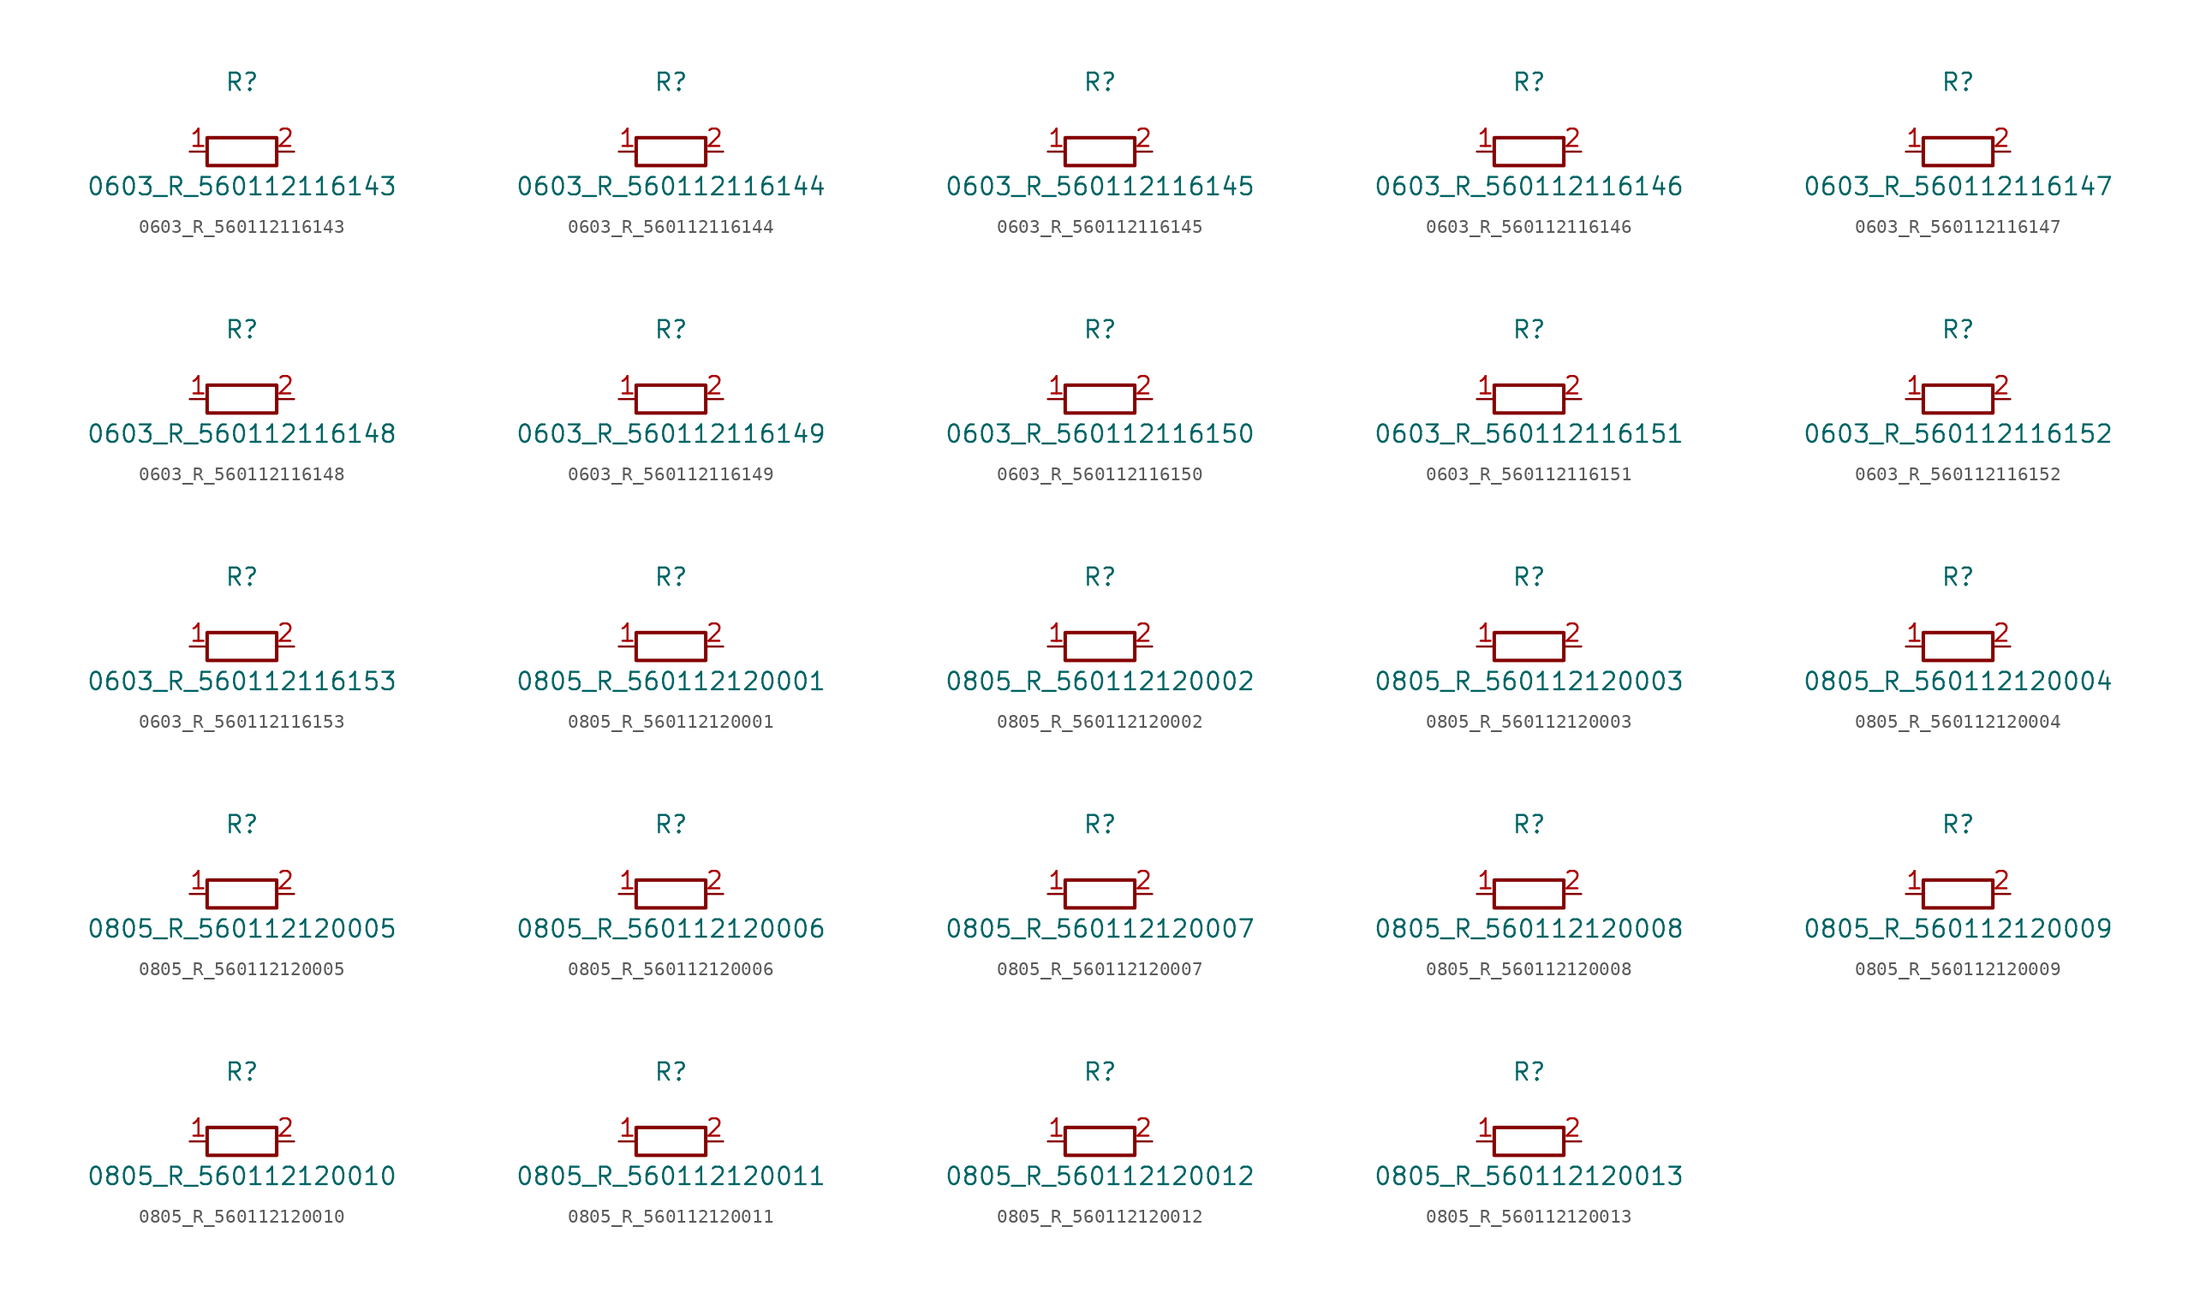
<source format=kicad_sym>
(kicad_symbol_lib
  (version 20220914)
  (generator kicad_symbol_editor)
  (symbol "0603_R_560112116143"
    (pin_names hide)
    (property "Reference" "R"
      (at 0 5.08 0)
      (effects (font (size 1.27 1.27))))
    (property "Value" "0603_R_560112116143"
      (at 0 -2.54 0)
      (effects (font (size 1.27 1.27))))
    (symbol "0603_R_560112116143_0_1"
      (rectangle (start -2.54 -1.016) (end 2.54 1.016) (stroke (width 0.254) (type default)) (fill (type none))))
    (symbol "0603_R_560112116143_1_1"
      (pin passive line (at -3.81 0 0) (length 1.27) (name "~" (effects (font (size 1.27 1.27)))) (number "1" (effects (font (size 1.27 1.27)))))
      (pin passive line (at 3.81 0 180) (length 1.27) (name "~" (effects (font (size 1.27 1.27)))) (number "2" (effects (font (size 1.27 1.27)))))))
  (symbol "0603_R_560112116144"
    (pin_names hide)
    (property "Reference" "R"
      (at 0 5.08 0)
      (effects (font (size 1.27 1.27))))
    (property "Value" "0603_R_560112116144"
      (at 0 -2.54 0)
      (effects (font (size 1.27 1.27))))
    (symbol "0603_R_560112116144_0_1"
      (rectangle (start -2.54 -1.016) (end 2.54 1.016) (stroke (width 0.254) (type default)) (fill (type none))))
    (symbol "0603_R_560112116144_1_1"
      (pin passive line (at -3.81 0 0) (length 1.27) (name "~" (effects (font (size 1.27 1.27)))) (number "1" (effects (font (size 1.27 1.27)))))
      (pin passive line (at 3.81 0 180) (length 1.27) (name "~" (effects (font (size 1.27 1.27)))) (number "2" (effects (font (size 1.27 1.27)))))))
  (symbol "0603_R_560112116145"
    (pin_names hide)
    (property "Reference" "R"
      (at 0 5.08 0)
      (effects (font (size 1.27 1.27))))
    (property "Value" "0603_R_560112116145"
      (at 0 -2.54 0)
      (effects (font (size 1.27 1.27))))
    (symbol "0603_R_560112116145_0_1"
      (rectangle (start -2.54 -1.016) (end 2.54 1.016) (stroke (width 0.254) (type default)) (fill (type none))))
    (symbol "0603_R_560112116145_1_1"
      (pin passive line (at -3.81 0 0) (length 1.27) (name "~" (effects (font (size 1.27 1.27)))) (number "1" (effects (font (size 1.27 1.27)))))
      (pin passive line (at 3.81 0 180) (length 1.27) (name "~" (effects (font (size 1.27 1.27)))) (number "2" (effects (font (size 1.27 1.27)))))))
  (symbol "0603_R_560112116146"
    (pin_names hide)
    (property "Reference" "R"
      (at 0 5.08 0)
      (effects (font (size 1.27 1.27))))
    (property "Value" "0603_R_560112116146"
      (at 0 -2.54 0)
      (effects (font (size 1.27 1.27))))
    (symbol "0603_R_560112116146_0_1"
      (rectangle (start -2.54 -1.016) (end 2.54 1.016) (stroke (width 0.254) (type default)) (fill (type none))))
    (symbol "0603_R_560112116146_1_1"
      (pin passive line (at -3.81 0 0) (length 1.27) (name "~" (effects (font (size 1.27 1.27)))) (number "1" (effects (font (size 1.27 1.27)))))
      (pin passive line (at 3.81 0 180) (length 1.27) (name "~" (effects (font (size 1.27 1.27)))) (number "2" (effects (font (size 1.27 1.27)))))))
  (symbol "0603_R_560112116147"
    (pin_names hide)
    (property "Reference" "R"
      (at 0 5.08 0)
      (effects (font (size 1.27 1.27))))
    (property "Value" "0603_R_560112116147"
      (at 0 -2.54 0)
      (effects (font (size 1.27 1.27))))
    (symbol "0603_R_560112116147_0_1"
      (rectangle (start -2.54 -1.016) (end 2.54 1.016) (stroke (width 0.254) (type default)) (fill (type none))))
    (symbol "0603_R_560112116147_1_1"
      (pin passive line (at -3.81 0 0) (length 1.27) (name "~" (effects (font (size 1.27 1.27)))) (number "1" (effects (font (size 1.27 1.27)))))
      (pin passive line (at 3.81 0 180) (length 1.27) (name "~" (effects (font (size 1.27 1.27)))) (number "2" (effects (font (size 1.27 1.27)))))))
  (symbol "0603_R_560112116148"
    (pin_names hide)
    (property "Reference" "R"
      (at 0 5.08 0)
      (effects (font (size 1.27 1.27))))
    (property "Value" "0603_R_560112116148"
      (at 0 -2.54 0)
      (effects (font (size 1.27 1.27))))
    (symbol "0603_R_560112116148_0_1"
      (rectangle (start -2.54 -1.016) (end 2.54 1.016) (stroke (width 0.254) (type default)) (fill (type none))))
    (symbol "0603_R_560112116148_1_1"
      (pin passive line (at -3.81 0 0) (length 1.27) (name "~" (effects (font (size 1.27 1.27)))) (number "1" (effects (font (size 1.27 1.27)))))
      (pin passive line (at 3.81 0 180) (length 1.27) (name "~" (effects (font (size 1.27 1.27)))) (number "2" (effects (font (size 1.27 1.27)))))))
  (symbol "0603_R_560112116149"
    (pin_names hide)
    (property "Reference" "R"
      (at 0 5.08 0)
      (effects (font (size 1.27 1.27))))
    (property "Value" "0603_R_560112116149"
      (at 0 -2.54 0)
      (effects (font (size 1.27 1.27))))
    (symbol "0603_R_560112116149_0_1"
      (rectangle (start -2.54 -1.016) (end 2.54 1.016) (stroke (width 0.254) (type default)) (fill (type none))))
    (symbol "0603_R_560112116149_1_1"
      (pin passive line (at -3.81 0 0) (length 1.27) (name "~" (effects (font (size 1.27 1.27)))) (number "1" (effects (font (size 1.27 1.27)))))
      (pin passive line (at 3.81 0 180) (length 1.27) (name "~" (effects (font (size 1.27 1.27)))) (number "2" (effects (font (size 1.27 1.27)))))))
  (symbol "0603_R_560112116150"
    (pin_names hide)
    (property "Reference" "R"
      (at 0 5.08 0)
      (effects (font (size 1.27 1.27))))
    (property "Value" "0603_R_560112116150"
      (at 0 -2.54 0)
      (effects (font (size 1.27 1.27))))
    (symbol "0603_R_560112116150_0_1"
      (rectangle (start -2.54 -1.016) (end 2.54 1.016) (stroke (width 0.254) (type default)) (fill (type none))))
    (symbol "0603_R_560112116150_1_1"
      (pin passive line (at -3.81 0 0) (length 1.27) (name "~" (effects (font (size 1.27 1.27)))) (number "1" (effects (font (size 1.27 1.27)))))
      (pin passive line (at 3.81 0 180) (length 1.27) (name "~" (effects (font (size 1.27 1.27)))) (number "2" (effects (font (size 1.27 1.27)))))))
  (symbol "0603_R_560112116151"
    (pin_names hide)
    (property "Reference" "R"
      (at 0 5.08 0)
      (effects (font (size 1.27 1.27))))
    (property "Value" "0603_R_560112116151"
      (at 0 -2.54 0)
      (effects (font (size 1.27 1.27))))
    (symbol "0603_R_560112116151_0_1"
      (rectangle (start -2.54 -1.016) (end 2.54 1.016) (stroke (width 0.254) (type default)) (fill (type none))))
    (symbol "0603_R_560112116151_1_1"
      (pin passive line (at -3.81 0 0) (length 1.27) (name "~" (effects (font (size 1.27 1.27)))) (number "1" (effects (font (size 1.27 1.27)))))
      (pin passive line (at 3.81 0 180) (length 1.27) (name "~" (effects (font (size 1.27 1.27)))) (number "2" (effects (font (size 1.27 1.27)))))))
  (symbol "0603_R_560112116152"
    (pin_names hide)
    (property "Reference" "R"
      (at 0 5.08 0)
      (effects (font (size 1.27 1.27))))
    (property "Value" "0603_R_560112116152"
      (at 0 -2.54 0)
      (effects (font (size 1.27 1.27))))
    (symbol "0603_R_560112116152_0_1"
      (rectangle (start -2.54 -1.016) (end 2.54 1.016) (stroke (width 0.254) (type default)) (fill (type none))))
    (symbol "0603_R_560112116152_1_1"
      (pin passive line (at -3.81 0 0) (length 1.27) (name "~" (effects (font (size 1.27 1.27)))) (number "1" (effects (font (size 1.27 1.27)))))
      (pin passive line (at 3.81 0 180) (length 1.27) (name "~" (effects (font (size 1.27 1.27)))) (number "2" (effects (font (size 1.27 1.27)))))))
  (symbol "0603_R_560112116153"
    (pin_names hide)
    (property "Reference" "R"
      (at 0 5.08 0)
      (effects (font (size 1.27 1.27))))
    (property "Value" "0603_R_560112116153"
      (at 0 -2.54 0)
      (effects (font (size 1.27 1.27))))
    (symbol "0603_R_560112116153_0_1"
      (rectangle (start -2.54 -1.016) (end 2.54 1.016) (stroke (width 0.254) (type default)) (fill (type none))))
    (symbol "0603_R_560112116153_1_1"
      (pin passive line (at -3.81 0 0) (length 1.27) (name "~" (effects (font (size 1.27 1.27)))) (number "1" (effects (font (size 1.27 1.27)))))
      (pin passive line (at 3.81 0 180) (length 1.27) (name "~" (effects (font (size 1.27 1.27)))) (number "2" (effects (font (size 1.27 1.27)))))))
  (symbol "0805_R_560112120001"
    (pin_names hide)
    (property "Reference" "R"
      (at 0 5.08 0)
      (effects (font (size 1.27 1.27))))
    (property "Value" "0805_R_560112120001"
      (at 0 -2.54 0)
      (effects (font (size 1.27 1.27))))
    (symbol "0805_R_560112120001_0_1"
      (rectangle (start -2.54 -1.016) (end 2.54 1.016) (stroke (width 0.254) (type default)) (fill (type none))))
    (symbol "0805_R_560112120001_1_1"
      (pin passive line (at -3.81 0 0) (length 1.27) (name "~" (effects (font (size 1.27 1.27)))) (number "1" (effects (font (size 1.27 1.27)))))
      (pin passive line (at 3.81 0 180) (length 1.27) (name "~" (effects (font (size 1.27 1.27)))) (number "2" (effects (font (size 1.27 1.27)))))))
  (symbol "0805_R_560112120002"
    (pin_names hide)
    (property "Reference" "R"
      (at 0 5.08 0)
      (effects (font (size 1.27 1.27))))
    (property "Value" "0805_R_560112120002"
      (at 0 -2.54 0)
      (effects (font (size 1.27 1.27))))
    (symbol "0805_R_560112120002_0_1"
      (rectangle (start -2.54 -1.016) (end 2.54 1.016) (stroke (width 0.254) (type default)) (fill (type none))))
    (symbol "0805_R_560112120002_1_1"
      (pin passive line (at -3.81 0 0) (length 1.27) (name "~" (effects (font (size 1.27 1.27)))) (number "1" (effects (font (size 1.27 1.27)))))
      (pin passive line (at 3.81 0 180) (length 1.27) (name "~" (effects (font (size 1.27 1.27)))) (number "2" (effects (font (size 1.27 1.27)))))))
  (symbol "0805_R_560112120003"
    (pin_names hide)
    (property "Reference" "R"
      (at 0 5.08 0)
      (effects (font (size 1.27 1.27))))
    (property "Value" "0805_R_560112120003"
      (at 0 -2.54 0)
      (effects (font (size 1.27 1.27))))
    (symbol "0805_R_560112120003_0_1"
      (rectangle (start -2.54 -1.016) (end 2.54 1.016) (stroke (width 0.254) (type default)) (fill (type none))))
    (symbol "0805_R_560112120003_1_1"
      (pin passive line (at -3.81 0 0) (length 1.27) (name "~" (effects (font (size 1.27 1.27)))) (number "1" (effects (font (size 1.27 1.27)))))
      (pin passive line (at 3.81 0 180) (length 1.27) (name "~" (effects (font (size 1.27 1.27)))) (number "2" (effects (font (size 1.27 1.27)))))))
  (symbol "0805_R_560112120004"
    (pin_names hide)
    (property "Reference" "R"
      (at 0 5.08 0)
      (effects (font (size 1.27 1.27))))
    (property "Value" "0805_R_560112120004"
      (at 0 -2.54 0)
      (effects (font (size 1.27 1.27))))
    (symbol "0805_R_560112120004_0_1"
      (rectangle (start -2.54 -1.016) (end 2.54 1.016) (stroke (width 0.254) (type default)) (fill (type none))))
    (symbol "0805_R_560112120004_1_1"
      (pin passive line (at -3.81 0 0) (length 1.27) (name "~" (effects (font (size 1.27 1.27)))) (number "1" (effects (font (size 1.27 1.27)))))
      (pin passive line (at 3.81 0 180) (length 1.27) (name "~" (effects (font (size 1.27 1.27)))) (number "2" (effects (font (size 1.27 1.27)))))))
  (symbol "0805_R_560112120005"
    (pin_names hide)
    (property "Reference" "R"
      (at 0 5.08 0)
      (effects (font (size 1.27 1.27))))
    (property "Value" "0805_R_560112120005"
      (at 0 -2.54 0)
      (effects (font (size 1.27 1.27))))
    (symbol "0805_R_560112120005_0_1"
      (rectangle (start -2.54 -1.016) (end 2.54 1.016) (stroke (width 0.254) (type default)) (fill (type none))))
    (symbol "0805_R_560112120005_1_1"
      (pin passive line (at -3.81 0 0) (length 1.27) (name "~" (effects (font (size 1.27 1.27)))) (number "1" (effects (font (size 1.27 1.27)))))
      (pin passive line (at 3.81 0 180) (length 1.27) (name "~" (effects (font (size 1.27 1.27)))) (number "2" (effects (font (size 1.27 1.27)))))))
  (symbol "0805_R_560112120006"
    (pin_names hide)
    (property "Reference" "R"
      (at 0 5.08 0)
      (effects (font (size 1.27 1.27))))
    (property "Value" "0805_R_560112120006"
      (at 0 -2.54 0)
      (effects (font (size 1.27 1.27))))
    (symbol "0805_R_560112120006_0_1"
      (rectangle (start -2.54 -1.016) (end 2.54 1.016) (stroke (width 0.254) (type default)) (fill (type none))))
    (symbol "0805_R_560112120006_1_1"
      (pin passive line (at -3.81 0 0) (length 1.27) (name "~" (effects (font (size 1.27 1.27)))) (number "1" (effects (font (size 1.27 1.27)))))
      (pin passive line (at 3.81 0 180) (length 1.27) (name "~" (effects (font (size 1.27 1.27)))) (number "2" (effects (font (size 1.27 1.27)))))))
  (symbol "0805_R_560112120007"
    (pin_names hide)
    (property "Reference" "R"
      (at 0 5.08 0)
      (effects (font (size 1.27 1.27))))
    (property "Value" "0805_R_560112120007"
      (at 0 -2.54 0)
      (effects (font (size 1.27 1.27))))
    (symbol "0805_R_560112120007_0_1"
      (rectangle (start -2.54 -1.016) (end 2.54 1.016) (stroke (width 0.254) (type default)) (fill (type none))))
    (symbol "0805_R_560112120007_1_1"
      (pin passive line (at -3.81 0 0) (length 1.27) (name "~" (effects (font (size 1.27 1.27)))) (number "1" (effects (font (size 1.27 1.27)))))
      (pin passive line (at 3.81 0 180) (length 1.27) (name "~" (effects (font (size 1.27 1.27)))) (number "2" (effects (font (size 1.27 1.27)))))))
  (symbol "0805_R_560112120008"
    (pin_names hide)
    (property "Reference" "R"
      (at 0 5.08 0)
      (effects (font (size 1.27 1.27))))
    (property "Value" "0805_R_560112120008"
      (at 0 -2.54 0)
      (effects (font (size 1.27 1.27))))
    (symbol "0805_R_560112120008_0_1"
      (rectangle (start -2.54 -1.016) (end 2.54 1.016) (stroke (width 0.254) (type default)) (fill (type none))))
    (symbol "0805_R_560112120008_1_1"
      (pin passive line (at -3.81 0 0) (length 1.27) (name "~" (effects (font (size 1.27 1.27)))) (number "1" (effects (font (size 1.27 1.27)))))
      (pin passive line (at 3.81 0 180) (length 1.27) (name "~" (effects (font (size 1.27 1.27)))) (number "2" (effects (font (size 1.27 1.27)))))))
  (symbol "0805_R_560112120009"
    (pin_names hide)
    (property "Reference" "R"
      (at 0 5.08 0)
      (effects (font (size 1.27 1.27))))
    (property "Value" "0805_R_560112120009"
      (at 0 -2.54 0)
      (effects (font (size 1.27 1.27))))
    (symbol "0805_R_560112120009_0_1"
      (rectangle (start -2.54 -1.016) (end 2.54 1.016) (stroke (width 0.254) (type default)) (fill (type none))))
    (symbol "0805_R_560112120009_1_1"
      (pin passive line (at -3.81 0 0) (length 1.27) (name "~" (effects (font (size 1.27 1.27)))) (number "1" (effects (font (size 1.27 1.27)))))
      (pin passive line (at 3.81 0 180) (length 1.27) (name "~" (effects (font (size 1.27 1.27)))) (number "2" (effects (font (size 1.27 1.27)))))))
  (symbol "0805_R_560112120010"
    (pin_names hide)
    (property "Reference" "R"
      (at 0 5.08 0)
      (effects (font (size 1.27 1.27))))
    (property "Value" "0805_R_560112120010"
      (at 0 -2.54 0)
      (effects (font (size 1.27 1.27))))
    (symbol "0805_R_560112120010_0_1"
      (rectangle (start -2.54 -1.016) (end 2.54 1.016) (stroke (width 0.254) (type default)) (fill (type none))))
    (symbol "0805_R_560112120010_1_1"
      (pin passive line (at -3.81 0 0) (length 1.27) (name "~" (effects (font (size 1.27 1.27)))) (number "1" (effects (font (size 1.27 1.27)))))
      (pin passive line (at 3.81 0 180) (length 1.27) (name "~" (effects (font (size 1.27 1.27)))) (number "2" (effects (font (size 1.27 1.27)))))))
  (symbol "0805_R_560112120011"
    (pin_names hide)
    (property "Reference" "R"
      (at 0 5.08 0)
      (effects (font (size 1.27 1.27))))
    (property "Value" "0805_R_560112120011"
      (at 0 -2.54 0)
      (effects (font (size 1.27 1.27))))
    (symbol "0805_R_560112120011_0_1"
      (rectangle (start -2.54 -1.016) (end 2.54 1.016) (stroke (width 0.254) (type default)) (fill (type none))))
    (symbol "0805_R_560112120011_1_1"
      (pin passive line (at -3.81 0 0) (length 1.27) (name "~" (effects (font (size 1.27 1.27)))) (number "1" (effects (font (size 1.27 1.27)))))
      (pin passive line (at 3.81 0 180) (length 1.27) (name "~" (effects (font (size 1.27 1.27)))) (number "2" (effects (font (size 1.27 1.27)))))))
  (symbol "0805_R_560112120012"
    (pin_names hide)
    (property "Reference" "R"
      (at 0 5.08 0)
      (effects (font (size 1.27 1.27))))
    (property "Value" "0805_R_560112120012"
      (at 0 -2.54 0)
      (effects (font (size 1.27 1.27))))
    (symbol "0805_R_560112120012_0_1"
      (rectangle (start -2.54 -1.016) (end 2.54 1.016) (stroke (width 0.254) (type default)) (fill (type none))))
    (symbol "0805_R_560112120012_1_1"
      (pin passive line (at -3.81 0 0) (length 1.27) (name "~" (effects (font (size 1.27 1.27)))) (number "1" (effects (font (size 1.27 1.27)))))
      (pin passive line (at 3.81 0 180) (length 1.27) (name "~" (effects (font (size 1.27 1.27)))) (number "2" (effects (font (size 1.27 1.27)))))))
  (symbol "0805_R_560112120013"
    (pin_names hide)
    (property "Reference" "R"
      (at 0 5.08 0)
      (effects (font (size 1.27 1.27))))
    (property "Value" "0805_R_560112120013"
      (at 0 -2.54 0)
      (effects (font (size 1.27 1.27))))
    (symbol "0805_R_560112120013_0_1"
      (rectangle (start -2.54 -1.016) (end 2.54 1.016) (stroke (width 0.254) (type default)) (fill (type none))))
    (symbol "0805_R_560112120013_1_1"
      (pin passive line (at -3.81 0 0) (length 1.27) (name "~" (effects (font (size 1.27 1.27)))) (number "1" (effects (font (size 1.27 1.27)))))
      (pin passive line (at 3.81 0 180) (length 1.27) (name "~" (effects (font (size 1.27 1.27)))) (number "2" (effects (font (size 1.27 1.27))))))))
</source>
